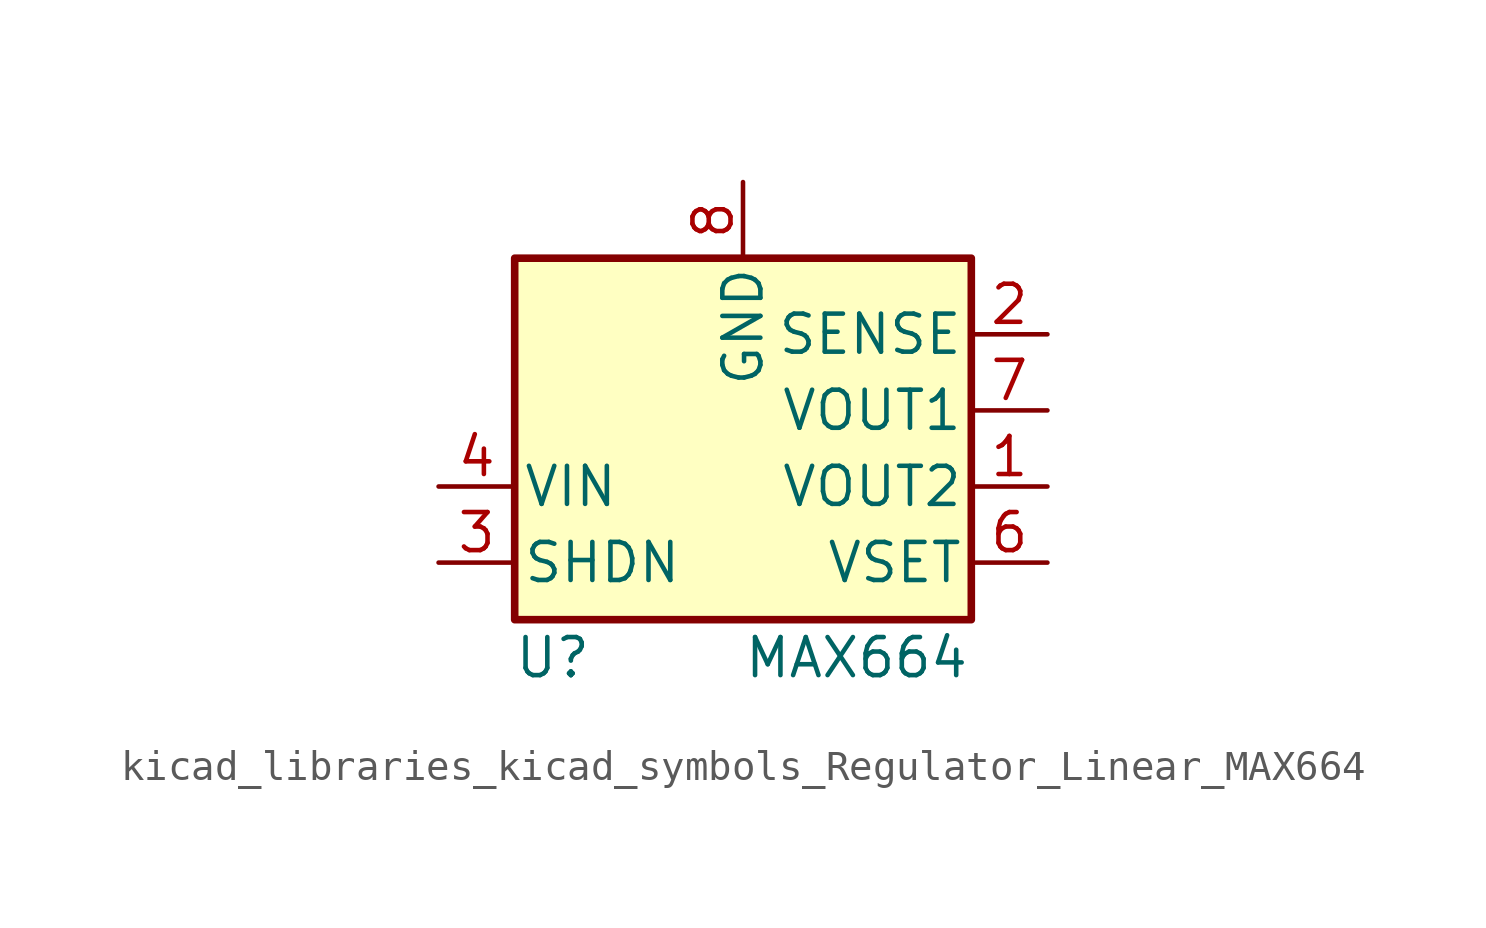
<source format=kicad_sym>
(kicad_symbol_lib
  (version 20220914)
  (generator kicad_symbol_editor)
  (symbol "kicad_libraries_kicad_symbols_Regulator_Linear_MAX664"
    (pin_names
      (offset 0.254))
    (property "Reference" "U"
      (at -6.35 -8.255 0)
      (effects (font (size 1.27 1.27))))
    (property "Value" "MAX664"
      (at 0 -8.255 0)
      (effects (font (size 1.27 1.27)) (justify left)))
    (symbol "kicad_libraries_kicad_symbols_Regulator_Linear_MAX664_0_1"
      (rectangle (start -7.62 -6.985) (end 7.62 5.08) (stroke (width 0.254) (type default)) (fill (type background))))
    (symbol "kicad_libraries_kicad_symbols_Regulator_Linear_MAX664_1_1"
      (pin power_out line (at 10.16 -2.54 180) (length 2.54) (name "VOUT2" (effects (font (size 1.27 1.27)))) (number "1" (effects (font (size 1.27 1.27)))))
      (pin input line (at 10.16 2.54 180) (length 2.54) (name "SENSE" (effects (font (size 1.27 1.27)))) (number "2" (effects (font (size 1.27 1.27)))))
      (pin input line (at -10.16 -5.08 0) (length 2.54) (name "SHDN" (effects (font (size 1.27 1.27)))) (number "3" (effects (font (size 1.27 1.27)))))
      (pin power_in line (at -10.16 -2.54 0) (length 2.54) (name "VIN" (effects (font (size 1.27 1.27)))) (number "4" (effects (font (size 1.27 1.27)))))
      (pin input line (at -10.16 -5.08 0) (length 2.54) hide (name "SHDN" (effects (font (size 1.27 1.27)))) (number "5" (effects (font (size 1.27 1.27)))))
      (pin input line (at 10.16 -5.08 180) (length 2.54) (name "VSET" (effects (font (size 1.27 1.27)))) (number "6" (effects (font (size 1.27 1.27)))))
      (pin power_out line (at 10.16 0 180) (length 2.54) (name "VOUT1" (effects (font (size 1.27 1.27)))) (number "7" (effects (font (size 1.27 1.27)))))
      (pin power_in line (at 0 7.62 270) (length 2.54) (name "GND" (effects (font (size 1.27 1.27)))) (number "8" (effects (font (size 1.27 1.27))))))))
</source>
